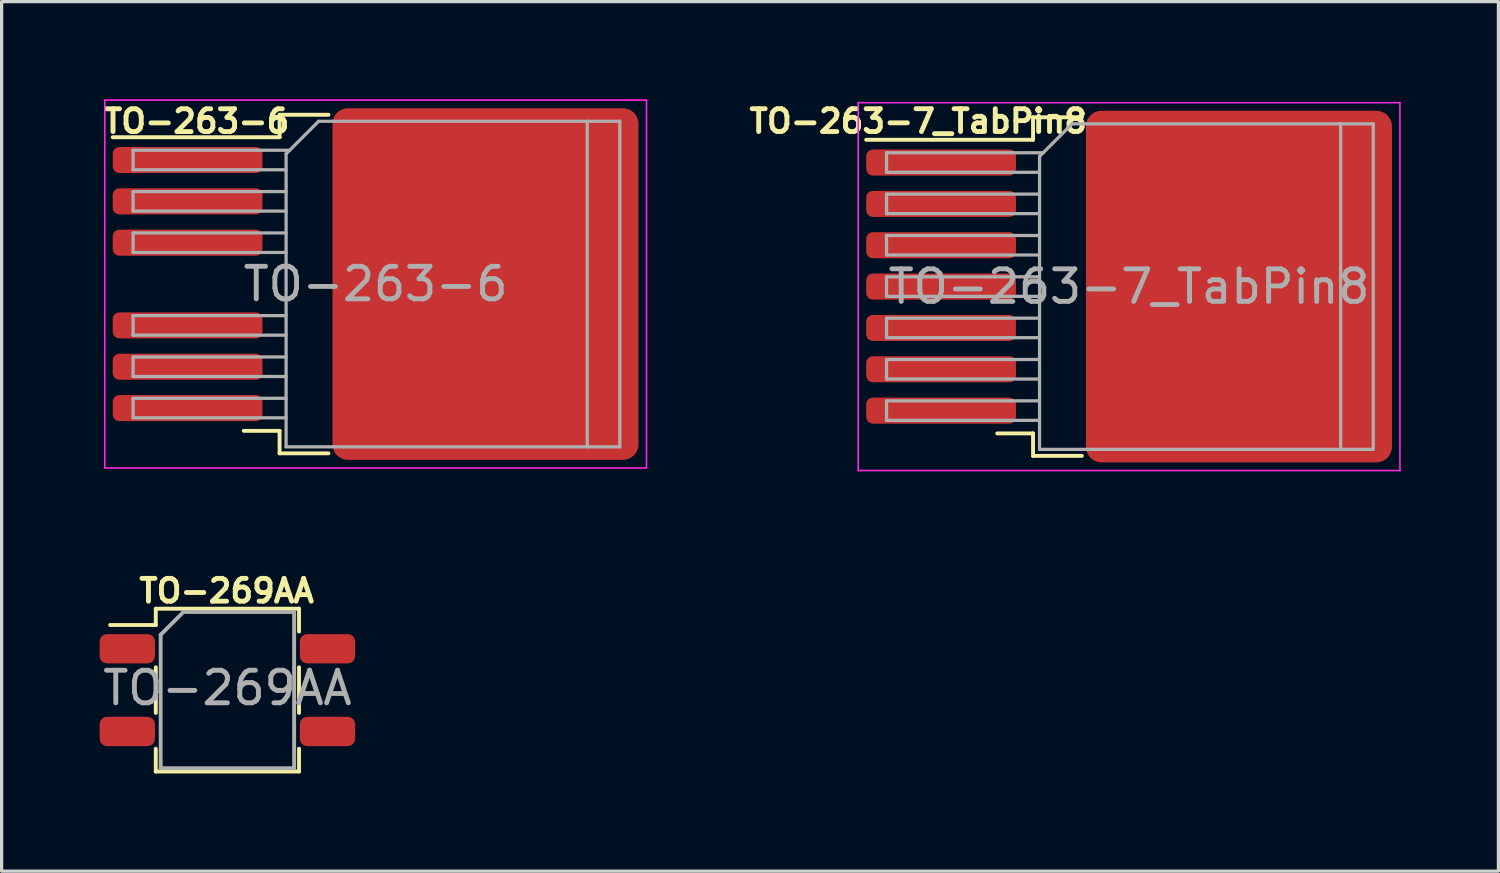
<source format=kicad_pcb>
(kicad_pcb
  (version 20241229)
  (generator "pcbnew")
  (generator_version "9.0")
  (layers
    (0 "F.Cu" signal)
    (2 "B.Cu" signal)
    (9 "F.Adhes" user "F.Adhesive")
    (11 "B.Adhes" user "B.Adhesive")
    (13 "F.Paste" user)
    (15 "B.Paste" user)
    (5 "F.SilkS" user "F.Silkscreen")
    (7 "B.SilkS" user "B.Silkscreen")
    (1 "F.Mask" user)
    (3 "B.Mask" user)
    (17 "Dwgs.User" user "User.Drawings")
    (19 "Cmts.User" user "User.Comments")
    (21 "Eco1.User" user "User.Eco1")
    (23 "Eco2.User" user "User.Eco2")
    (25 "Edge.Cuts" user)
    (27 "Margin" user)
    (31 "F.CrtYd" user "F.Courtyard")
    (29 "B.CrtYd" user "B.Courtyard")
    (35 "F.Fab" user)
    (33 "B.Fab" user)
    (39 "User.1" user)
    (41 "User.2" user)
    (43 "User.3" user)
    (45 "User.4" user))
  (footprint "TO-263-7_TabPin8"
    (layer "F.Cu")
    (at 31.632 5.753)
    (property "Reference" "TO-263-7_TabPin8" (at -6.477 -5.08 0) (layer "F.SilkS") (effects (font (size 0.7 0.7) (thickness 0.15))))
    (attr smd)
    (fp_line (start -2.95 -5.2) (end -2.95 -4.51) (stroke (width 0.12) (type solid)) (layer "F.SilkS"))
    (fp_line (start -2.95 -4.51) (end -8.075 -4.51) (stroke (width 0.12) (type solid)) (layer "F.SilkS"))
    (fp_line (start -2.95 4.51) (end -4.05 4.51) (stroke (width 0.12) (type solid)) (layer "F.SilkS"))
    (fp_line (start -2.95 5.2) (end -2.95 4.51) (stroke (width 0.12) (type solid)) (layer "F.SilkS"))
    (fp_line (start -1.45 -5.2) (end -2.95 -5.2) (stroke (width 0.12) (type solid)) (layer "F.SilkS"))
    (fp_line (start -1.45 5.2) (end -2.95 5.2) (stroke (width 0.12) (type solid)) (layer "F.SilkS"))
    (fp_line (start -8.32 -5.65) (end -8.32 5.65) (stroke (width 0.05) (type solid)) (layer "F.CrtYd"))
    (fp_line (start -8.32 5.65) (end 8.32 5.65) (stroke (width 0.05) (type solid)) (layer "F.CrtYd"))
    (fp_line (start 8.32 -5.65) (end -8.32 -5.65) (stroke (width 0.05) (type solid)) (layer "F.CrtYd"))
    (fp_line (start 8.32 5.65) (end 8.32 -5.65) (stroke (width 0.05) (type solid)) (layer "F.CrtYd"))
    (fp_line (start -7.45 -4.11) (end -7.45 -3.51) (stroke (width 0.1) (type solid)) (layer "F.Fab"))
    (fp_line (start -7.45 -3.51) (end -2.75 -3.51) (stroke (width 0.1) (type solid)) (layer "F.Fab"))
    (fp_line (start -7.45 -2.84) (end -7.45 -2.24) (stroke (width 0.1) (type solid)) (layer "F.Fab"))
    (fp_line (start -7.45 -2.24) (end -2.75 -2.24) (stroke (width 0.1) (type solid)) (layer "F.Fab"))
    (fp_line (start -7.45 -1.57) (end -7.45 -0.97) (stroke (width 0.1) (type solid)) (layer "F.Fab"))
    (fp_line (start -7.45 -0.97) (end -2.75 -0.97) (stroke (width 0.1) (type solid)) (layer "F.Fab"))
    (fp_line (start -7.45 -0.3) (end -7.45 0.3) (stroke (width 0.1) (type solid)) (layer "F.Fab"))
    (fp_line (start -7.45 0.3) (end -2.75 0.3) (stroke (width 0.1) (type solid)) (layer "F.Fab"))
    (fp_line (start -7.45 0.97) (end -7.45 1.57) (stroke (width 0.1) (type solid)) (layer "F.Fab"))
    (fp_line (start -7.45 1.57) (end -2.75 1.57) (stroke (width 0.1) (type solid)) (layer "F.Fab"))
    (fp_line (start -7.45 2.24) (end -7.45 2.84) (stroke (width 0.1) (type solid)) (layer "F.Fab"))
    (fp_line (start -7.45 2.84) (end -2.75 2.84) (stroke (width 0.1) (type solid)) (layer "F.Fab"))
    (fp_line (start -7.45 3.51) (end -7.45 4.11) (stroke (width 0.1) (type solid)) (layer "F.Fab"))
    (fp_line (start -7.45 4.11) (end -2.75 4.11) (stroke (width 0.1) (type solid)) (layer "F.Fab"))
    (fp_line (start -2.75 -4) (end -1.75 -5) (stroke (width 0.1) (type solid)) (layer "F.Fab"))
    (fp_line (start -2.75 -2.84) (end -7.45 -2.84) (stroke (width 0.1) (type solid)) (layer "F.Fab"))
    (fp_line (start -2.75 -1.57) (end -7.45 -1.57) (stroke (width 0.1) (type solid)) (layer "F.Fab"))
    (fp_line (start -2.75 -0.3) (end -7.45 -0.3) (stroke (width 0.1) (type solid)) (layer "F.Fab"))
    (fp_line (start -2.75 0.97) (end -7.45 0.97) (stroke (width 0.1) (type solid)) (layer "F.Fab"))
    (fp_line (start -2.75 2.24) (end -7.45 2.24) (stroke (width 0.1) (type solid)) (layer "F.Fab"))
    (fp_line (start -2.75 3.51) (end -7.45 3.51) (stroke (width 0.1) (type solid)) (layer "F.Fab"))
    (fp_line (start -2.75 5) (end -2.75 -4) (stroke (width 0.1) (type solid)) (layer "F.Fab"))
    (fp_line (start -2.64 -4.11) (end -7.45 -4.11) (stroke (width 0.1) (type solid)) (layer "F.Fab"))
    (fp_line (start -1.75 -5) (end 6.5 -5) (stroke (width 0.1) (type solid)) (layer "F.Fab"))
    (fp_line (start 6.5 -5) (end 6.5 5) (stroke (width 0.1) (type solid)) (layer "F.Fab"))
    (fp_line (start 6.5 -5) (end 7.5 -5) (stroke (width 0.1) (type solid)) (layer "F.Fab"))
    (fp_line (start 6.5 5) (end -2.75 5) (stroke (width 0.1) (type solid)) (layer "F.Fab"))
    (fp_line (start 7.5 -5) (end 7.5 5) (stroke (width 0.1) (type solid)) (layer "F.Fab"))
    (fp_line (start 7.5 5) (end 6.5 5) (stroke (width 0.1) (type solid)) (layer "F.Fab"))
    (fp_text user "${REFERENCE}" (at 0 0 0) (layer "F.Fab") (effects (font (size 1 1) (thickness 0.15))))
    (pad "" smd roundrect (at 0.95 -2.775) (size 4.55 5.25) (layers "F.Paste") (roundrect_rratio 0.25))
    (pad "" smd roundrect (at 0.95 2.775) (size 4.55 5.25) (layers "F.Paste") (roundrect_rratio 0.25))
    (pad "" smd roundrect (at 5.8 -2.775) (size 4.55 5.25) (layers "F.Paste") (roundrect_rratio 0.25))
    (pad "" smd roundrect (at 5.8 2.775) (size 4.55 5.25) (layers "F.Paste") (roundrect_rratio 0.25))
    (pad "1" smd roundrect (at -5.775 -3.81) (size 4.6 0.8) (layers "F.Cu" "F.Mask" "F.Paste") (roundrect_rratio 0.25))
    (pad "2" smd roundrect (at -5.775 -2.54) (size 4.6 0.8) (layers "F.Cu" "F.Mask" "F.Paste") (roundrect_rratio 0.25))
    (pad "3" smd roundrect (at -5.775 -1.27) (size 4.6 0.8) (layers "F.Cu" "F.Mask" "F.Paste") (roundrect_rratio 0.25))
    (pad "4" smd roundrect (at -5.775 0) (size 4.6 0.8) (layers "F.Cu" "F.Mask" "F.Paste") (roundrect_rratio 0.25))
    (pad "5" smd roundrect (at -5.775 1.27) (size 4.6 0.8) (layers "F.Cu" "F.Mask" "F.Paste") (roundrect_rratio 0.25))
    (pad "6" smd roundrect (at -5.775 2.54) (size 4.6 0.8) (layers "F.Cu" "F.Mask" "F.Paste") (roundrect_rratio 0.25))
    (pad "7" smd roundrect (at -5.775 3.81) (size 4.6 0.8) (layers "F.Cu" "F.Mask" "F.Paste") (roundrect_rratio 0.25))
    (pad "8" smd roundrect (at 3.375 0) (size 9.4 10.8) (layers "F.Cu" "F.Mask") (roundrect_rratio 0.05)))
  (footprint "TO-269AA"
    (layer "F.Cu")
    (at 3.935 18.148)
    (property "Reference" "TO-269AA" (at -0.025 -3.048 0) (layer "F.SilkS") (effects (font (size 0.7 0.7) (thickness 0.15))))
    (attr smd)
    (fp_line (start -2.2 -2.5) (end -2.2 -2) (stroke (width 0.12) (type solid)) (layer "F.SilkS"))
    (fp_line (start -2.2 -2) (end -3.6 -2) (stroke (width 0.12) (type solid)) (layer "F.SilkS"))
    (fp_line (start -2.2 -0.7) (end -2.2 0.7) (stroke (width 0.12) (type solid)) (layer "F.SilkS"))
    (fp_line (start -2.2 2.5) (end -2.2 1.8) (stroke (width 0.12) (type solid)) (layer "F.SilkS"))
    (fp_line (start 2.2 -2.5) (end -2.2 -2.5) (stroke (width 0.12) (type solid)) (layer "F.SilkS"))
    (fp_line (start 2.2 -1.8) (end 2.2 -2.5) (stroke (width 0.12) (type solid)) (layer "F.SilkS"))
    (fp_line (start 2.2 -0.7) (end 2.2 0.7) (stroke (width 0.12) (type solid)) (layer "F.SilkS"))
    (fp_line (start 2.2 1.8) (end 2.2 2.5) (stroke (width 0.12) (type solid)) (layer "F.SilkS"))
    (fp_line (start 2.2 2.5) (end -2.2 2.5) (stroke (width 0.12) (type solid)) (layer "F.SilkS"))
    (fp_line (start -2.05 -1.7) (end -1.35 -2.4) (stroke (width 0.12) (type solid)) (layer "F.Fab"))
    (fp_line (start -2.05 2.4) (end -2.05 -1.7) (stroke (width 0.12) (type solid)) (layer "F.Fab"))
    (fp_line (start -1.35 -2.4) (end 2.05 -2.4) (stroke (width 0.12) (type solid)) (layer "F.Fab"))
    (fp_line (start 2.05 -2.4) (end 2.05 2.4) (stroke (width 0.12) (type solid)) (layer "F.Fab"))
    (fp_line (start 2.05 2.4) (end -2.05 2.4) (stroke (width 0.12) (type solid)) (layer "F.Fab"))
    (fp_text user "${REFERENCE}" (at 0 -0.065 0) (layer "F.Fab") (effects (font (size 1 1) (thickness 0.15))))
    (pad "1" smd roundrect (at -3.075 -1.27) (size 1.7 0.9) (layers "F.Cu" "F.Mask" "F.Paste") (roundrect_rratio 0.25))
    (pad "2" smd roundrect (at -3.075 1.27) (size 1.7 0.9) (layers "F.Cu" "F.Mask" "F.Paste") (roundrect_rratio 0.25))
    (pad "3" smd roundrect (at 3.075 1.27) (size 1.7 0.9) (layers "F.Cu" "F.Mask" "F.Paste") (roundrect_rratio 0.25))
    (pad "4" smd roundrect (at 3.075 -1.27) (size 1.7 0.9) (layers "F.Cu" "F.Mask" "F.Paste") (roundrect_rratio 0.25)))
  (footprint "TO-263-6"
    (layer "F.Cu")
    (at 8.488 5.675)
    (property "Reference" "TO-263-6" (at -5.5 -5 0) (layer "F.SilkS") (effects (font (size 0.7 0.7) (thickness 0.15))))
    (attr smd)
    (fp_line (start -2.95 -5.2) (end -2.95 -4.51) (stroke (width 0.12) (type solid)) (layer "F.SilkS"))
    (fp_line (start -2.95 -4.51) (end -8.075 -4.51) (stroke (width 0.12) (type solid)) (layer "F.SilkS"))
    (fp_line (start -2.95 4.51) (end -4.05 4.51) (stroke (width 0.12) (type solid)) (layer "F.SilkS"))
    (fp_line (start -2.95 5.2) (end -2.95 4.51) (stroke (width 0.12) (type solid)) (layer "F.SilkS"))
    (fp_line (start -1.45 -5.2) (end -2.95 -5.2) (stroke (width 0.12) (type solid)) (layer "F.SilkS"))
    (fp_line (start -1.45 5.2) (end -2.95 5.2) (stroke (width 0.12) (type solid)) (layer "F.SilkS"))
    (fp_line (start -8.32 -5.65) (end -8.32 5.65) (stroke (width 0.05) (type solid)) (layer "F.CrtYd"))
    (fp_line (start -8.32 5.65) (end 8.32 5.65) (stroke (width 0.05) (type solid)) (layer "F.CrtYd"))
    (fp_line (start 8.32 -5.65) (end -8.32 -5.65) (stroke (width 0.05) (type solid)) (layer "F.CrtYd"))
    (fp_line (start 8.32 5.65) (end 8.32 -5.65) (stroke (width 0.05) (type solid)) (layer "F.CrtYd"))
    (fp_line (start -7.45 -4.11) (end -7.45 -3.51) (stroke (width 0.1) (type solid)) (layer "F.Fab"))
    (fp_line (start -7.45 -3.51) (end -2.75 -3.51) (stroke (width 0.1) (type solid)) (layer "F.Fab"))
    (fp_line (start -7.45 -2.84) (end -7.45 -2.24) (stroke (width 0.1) (type solid)) (layer "F.Fab"))
    (fp_line (start -7.45 -2.24) (end -2.75 -2.24) (stroke (width 0.1) (type solid)) (layer "F.Fab"))
    (fp_line (start -7.45 -1.57) (end -7.45 -0.97) (stroke (width 0.1) (type solid)) (layer "F.Fab"))
    (fp_line (start -7.45 -0.97) (end -2.75 -0.97) (stroke (width 0.1) (type solid)) (layer "F.Fab"))
    (fp_line (start -7.45 0.97) (end -7.45 1.57) (stroke (width 0.1) (type solid)) (layer "F.Fab"))
    (fp_line (start -7.45 1.57) (end -2.75 1.57) (stroke (width 0.1) (type solid)) (layer "F.Fab"))
    (fp_line (start -7.45 2.24) (end -7.45 2.84) (stroke (width 0.1) (type solid)) (layer "F.Fab"))
    (fp_line (start -7.45 2.84) (end -2.75 2.84) (stroke (width 0.1) (type solid)) (layer "F.Fab"))
    (fp_line (start -7.45 3.51) (end -7.45 4.11) (stroke (width 0.1) (type solid)) (layer "F.Fab"))
    (fp_line (start -7.45 4.11) (end -2.75 4.11) (stroke (width 0.1) (type solid)) (layer "F.Fab"))
    (fp_line (start -2.75 -4) (end -1.75 -5) (stroke (width 0.1) (type solid)) (layer "F.Fab"))
    (fp_line (start -2.75 -2.84) (end -7.45 -2.84) (stroke (width 0.1) (type solid)) (layer "F.Fab"))
    (fp_line (start -2.75 -1.57) (end -7.45 -1.57) (stroke (width 0.1) (type solid)) (layer "F.Fab"))
    (fp_line (start -2.75 0.97) (end -7.45 0.97) (stroke (width 0.1) (type solid)) (layer "F.Fab"))
    (fp_line (start -2.75 2.24) (end -7.45 2.24) (stroke (width 0.1) (type solid)) (layer "F.Fab"))
    (fp_line (start -2.75 3.51) (end -7.45 3.51) (stroke (width 0.1) (type solid)) (layer "F.Fab"))
    (fp_line (start -2.75 5) (end -2.75 -4) (stroke (width 0.1) (type solid)) (layer "F.Fab"))
    (fp_line (start -2.64 -4.11) (end -7.45 -4.11) (stroke (width 0.1) (type solid)) (layer "F.Fab"))
    (fp_line (start -1.75 -5) (end 6.5 -5) (stroke (width 0.1) (type solid)) (layer "F.Fab"))
    (fp_line (start 6.5 -5) (end 6.5 5) (stroke (width 0.1) (type solid)) (layer "F.Fab"))
    (fp_line (start 6.5 -5) (end 7.5 -5) (stroke (width 0.1) (type solid)) (layer "F.Fab"))
    (fp_line (start 6.5 5) (end -2.75 5) (stroke (width 0.1) (type solid)) (layer "F.Fab"))
    (fp_line (start 7.5 -5) (end 7.5 5) (stroke (width 0.1) (type solid)) (layer "F.Fab"))
    (fp_line (start 7.5 5) (end 6.5 5) (stroke (width 0.1) (type solid)) (layer "F.Fab"))
    (fp_text user "${REFERENCE}" (at 0 0 0) (layer "F.Fab") (effects (font (size 1 1) (thickness 0.15))))
    (pad "" smd roundrect (at 0.95 -2.775) (size 4.55 5.25) (layers "F.Paste") (roundrect_rratio 0.25))
    (pad "" smd roundrect (at 0.95 2.775) (size 4.55 5.25) (layers "F.Paste") (roundrect_rratio 0.25))
    (pad "" smd roundrect (at 5.8 -2.775) (size 4.55 5.25) (layers "F.Paste") (roundrect_rratio 0.25))
    (pad "" smd roundrect (at 5.8 2.775) (size 4.55 5.25) (layers "F.Paste") (roundrect_rratio 0.25))
    (pad "1" smd roundrect (at -5.775 -3.81) (size 4.6 0.8) (layers "F.Cu" "F.Mask" "F.Paste") (roundrect_rratio 0.25))
    (pad "2" smd roundrect (at -5.775 -2.54) (size 4.6 0.8) (layers "F.Cu" "F.Mask" "F.Paste") (roundrect_rratio 0.25))
    (pad "3" smd roundrect (at -5.775 -1.27) (size 4.6 0.8) (layers "F.Cu" "F.Mask" "F.Paste") (roundrect_rratio 0.25))
    (pad "4" smd roundrect (at 3.375 0) (size 9.4 10.8) (layers "F.Cu" "F.Mask") (roundrect_rratio 0.05))
    (pad "5" smd roundrect (at -5.775 1.27) (size 4.6 0.8) (layers "F.Cu" "F.Mask" "F.Paste") (roundrect_rratio 0.25))
    (pad "6" smd roundrect (at -5.775 2.54) (size 4.6 0.8) (layers "F.Cu" "F.Mask" "F.Paste") (roundrect_rratio 0.25))
    (pad "7" smd roundrect (at -5.775 3.81) (size 4.6 0.8) (layers "F.Cu" "F.Mask" "F.Paste") (roundrect_rratio 0.25)))
  (gr_rect
    (start -3 -3)
    (end 42.977 23.709)
    (stroke (width 0.1) (type default))
    (fill no)
    (layer "Edge.Cuts")))
</source>
